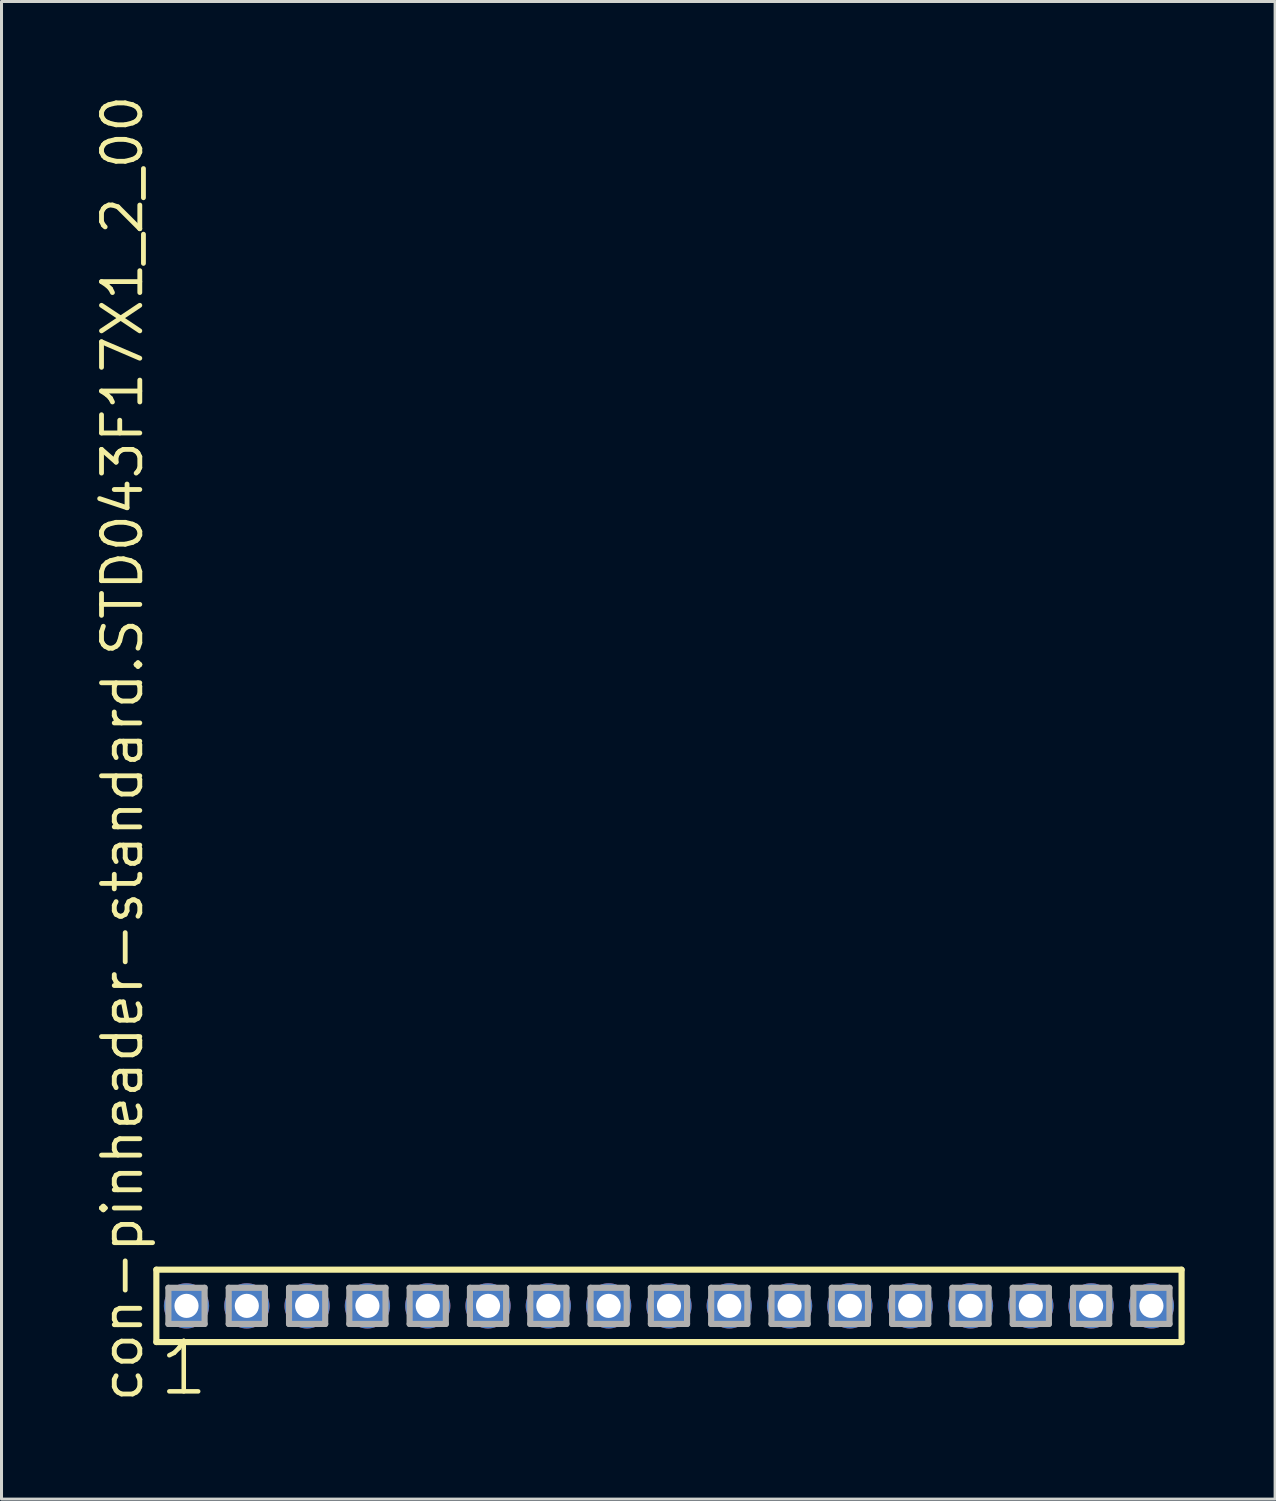
<source format=kicad_pcb>
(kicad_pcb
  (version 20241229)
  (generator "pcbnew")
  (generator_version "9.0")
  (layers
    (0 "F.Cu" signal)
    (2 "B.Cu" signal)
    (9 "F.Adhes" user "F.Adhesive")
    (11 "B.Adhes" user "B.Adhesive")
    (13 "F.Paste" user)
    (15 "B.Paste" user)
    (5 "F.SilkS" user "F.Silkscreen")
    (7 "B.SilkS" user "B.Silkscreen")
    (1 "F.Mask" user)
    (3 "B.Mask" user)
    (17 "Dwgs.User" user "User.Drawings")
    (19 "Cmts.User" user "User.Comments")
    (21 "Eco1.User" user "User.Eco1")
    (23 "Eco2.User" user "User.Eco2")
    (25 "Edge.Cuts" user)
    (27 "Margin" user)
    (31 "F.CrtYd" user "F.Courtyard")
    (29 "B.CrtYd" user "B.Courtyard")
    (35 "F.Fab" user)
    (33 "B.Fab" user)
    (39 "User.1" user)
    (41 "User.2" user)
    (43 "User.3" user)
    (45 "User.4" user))
  (footprint "con-pinheader-standard.STD043F17X1_2_00"
    (layer "F.Cu")
    (at 19.135 40.257)
    (property "Reference" "con-pinheader-standard.STD043F17X1_2_00" (at -17.385 3.27 90) (layer "F.SilkS") (effects (font (size 1.27 1.27) (thickness 0.16)) (justify left bottom)))
    (attr through_hole)
    (fp_line (start -17 -1.2) (end 17 -1.2) (stroke (width 0.203) (type default)) (layer "F.SilkS"))
    (fp_line (start -17 1.2) (end -17 -1.2) (stroke (width 0.203) (type default)) (layer "F.SilkS"))
    (fp_line (start 17 -1.2) (end 17 1.2) (stroke (width 0.203) (type default)) (layer "F.SilkS"))
    (fp_line (start 17 1.2) (end -17 1.2) (stroke (width 0.203) (type default)) (layer "F.SilkS"))
    (fp_line (start -16.6 -0.6) (end -15.4 -0.6) (stroke (width 0.203) (type default)) (layer "F.Fab"))
    (fp_line (start -16.6 0.6) (end -16.6 -0.6) (stroke (width 0.203) (type default)) (layer "F.Fab"))
    (fp_line (start -15.4 -0.6) (end -15.4 0.6) (stroke (width 0.203) (type default)) (layer "F.Fab"))
    (fp_line (start -15.4 0.6) (end -16.6 0.6) (stroke (width 0.203) (type default)) (layer "F.Fab"))
    (fp_line (start -14.6 -0.6) (end -13.4 -0.6) (stroke (width 0.203) (type default)) (layer "F.Fab"))
    (fp_line (start -14.6 0.6) (end -14.6 -0.6) (stroke (width 0.203) (type default)) (layer "F.Fab"))
    (fp_line (start -13.4 -0.6) (end -13.4 0.6) (stroke (width 0.203) (type default)) (layer "F.Fab"))
    (fp_line (start -13.4 0.6) (end -14.6 0.6) (stroke (width 0.203) (type default)) (layer "F.Fab"))
    (fp_line (start -12.6 -0.6) (end -11.4 -0.6) (stroke (width 0.203) (type default)) (layer "F.Fab"))
    (fp_line (start -12.6 0.6) (end -12.6 -0.6) (stroke (width 0.203) (type default)) (layer "F.Fab"))
    (fp_line (start -11.4 -0.6) (end -11.4 0.6) (stroke (width 0.203) (type default)) (layer "F.Fab"))
    (fp_line (start -11.4 0.6) (end -12.6 0.6) (stroke (width 0.203) (type default)) (layer "F.Fab"))
    (fp_line (start -10.6 -0.6) (end -9.4 -0.6) (stroke (width 0.203) (type default)) (layer "F.Fab"))
    (fp_line (start -10.6 0.6) (end -10.6 -0.6) (stroke (width 0.203) (type default)) (layer "F.Fab"))
    (fp_line (start -9.4 -0.6) (end -9.4 0.6) (stroke (width 0.203) (type default)) (layer "F.Fab"))
    (fp_line (start -9.4 0.6) (end -10.6 0.6) (stroke (width 0.203) (type default)) (layer "F.Fab"))
    (fp_line (start -8.6 -0.6) (end -7.4 -0.6) (stroke (width 0.203) (type default)) (layer "F.Fab"))
    (fp_line (start -8.6 0.6) (end -8.6 -0.6) (stroke (width 0.203) (type default)) (layer "F.Fab"))
    (fp_line (start -7.4 -0.6) (end -7.4 0.6) (stroke (width 0.203) (type default)) (layer "F.Fab"))
    (fp_line (start -7.4 0.6) (end -8.6 0.6) (stroke (width 0.203) (type default)) (layer "F.Fab"))
    (fp_line (start -6.6 -0.6) (end -5.4 -0.6) (stroke (width 0.203) (type default)) (layer "F.Fab"))
    (fp_line (start -6.6 0.6) (end -6.6 -0.6) (stroke (width 0.203) (type default)) (layer "F.Fab"))
    (fp_line (start -5.4 -0.6) (end -5.4 0.6) (stroke (width 0.203) (type default)) (layer "F.Fab"))
    (fp_line (start -5.4 0.6) (end -6.6 0.6) (stroke (width 0.203) (type default)) (layer "F.Fab"))
    (fp_line (start -4.6 -0.6) (end -3.4 -0.6) (stroke (width 0.203) (type default)) (layer "F.Fab"))
    (fp_line (start -4.6 0.6) (end -4.6 -0.6) (stroke (width 0.203) (type default)) (layer "F.Fab"))
    (fp_line (start -3.4 -0.6) (end -3.4 0.6) (stroke (width 0.203) (type default)) (layer "F.Fab"))
    (fp_line (start -3.4 0.6) (end -4.6 0.6) (stroke (width 0.203) (type default)) (layer "F.Fab"))
    (fp_line (start -2.6 -0.6) (end -1.4 -0.6) (stroke (width 0.203) (type default)) (layer "F.Fab"))
    (fp_line (start -2.6 0.6) (end -2.6 -0.6) (stroke (width 0.203) (type default)) (layer "F.Fab"))
    (fp_line (start -1.4 -0.6) (end -1.4 0.6) (stroke (width 0.203) (type default)) (layer "F.Fab"))
    (fp_line (start -1.4 0.6) (end -2.6 0.6) (stroke (width 0.203) (type default)) (layer "F.Fab"))
    (fp_line (start -0.6 -0.6) (end 0.6 -0.6) (stroke (width 0.203) (type default)) (layer "F.Fab"))
    (fp_line (start -0.6 0.6) (end -0.6 -0.6) (stroke (width 0.203) (type default)) (layer "F.Fab"))
    (fp_line (start 0.6 -0.6) (end 0.6 0.6) (stroke (width 0.203) (type default)) (layer "F.Fab"))
    (fp_line (start 0.6 0.6) (end -0.6 0.6) (stroke (width 0.203) (type default)) (layer "F.Fab"))
    (fp_line (start 1.4 -0.6) (end 2.6 -0.6) (stroke (width 0.203) (type default)) (layer "F.Fab"))
    (fp_line (start 1.4 0.6) (end 1.4 -0.6) (stroke (width 0.203) (type default)) (layer "F.Fab"))
    (fp_line (start 2.6 -0.6) (end 2.6 0.6) (stroke (width 0.203) (type default)) (layer "F.Fab"))
    (fp_line (start 2.6 0.6) (end 1.4 0.6) (stroke (width 0.203) (type default)) (layer "F.Fab"))
    (fp_line (start 3.4 -0.6) (end 4.6 -0.6) (stroke (width 0.203) (type default)) (layer "F.Fab"))
    (fp_line (start 3.4 0.6) (end 3.4 -0.6) (stroke (width 0.203) (type default)) (layer "F.Fab"))
    (fp_line (start 4.6 -0.6) (end 4.6 0.6) (stroke (width 0.203) (type default)) (layer "F.Fab"))
    (fp_line (start 4.6 0.6) (end 3.4 0.6) (stroke (width 0.203) (type default)) (layer "F.Fab"))
    (fp_line (start 5.4 -0.6) (end 6.6 -0.6) (stroke (width 0.203) (type default)) (layer "F.Fab"))
    (fp_line (start 5.4 0.6) (end 5.4 -0.6) (stroke (width 0.203) (type default)) (layer "F.Fab"))
    (fp_line (start 6.6 -0.6) (end 6.6 0.6) (stroke (width 0.203) (type default)) (layer "F.Fab"))
    (fp_line (start 6.6 0.6) (end 5.4 0.6) (stroke (width 0.203) (type default)) (layer "F.Fab"))
    (fp_line (start 7.4 -0.6) (end 8.6 -0.6) (stroke (width 0.203) (type default)) (layer "F.Fab"))
    (fp_line (start 7.4 0.6) (end 7.4 -0.6) (stroke (width 0.203) (type default)) (layer "F.Fab"))
    (fp_line (start 8.6 -0.6) (end 8.6 0.6) (stroke (width 0.203) (type default)) (layer "F.Fab"))
    (fp_line (start 8.6 0.6) (end 7.4 0.6) (stroke (width 0.203) (type default)) (layer "F.Fab"))
    (fp_line (start 9.4 -0.6) (end 10.6 -0.6) (stroke (width 0.203) (type default)) (layer "F.Fab"))
    (fp_line (start 9.4 0.6) (end 9.4 -0.6) (stroke (width 0.203) (type default)) (layer "F.Fab"))
    (fp_line (start 10.6 -0.6) (end 10.6 0.6) (stroke (width 0.203) (type default)) (layer "F.Fab"))
    (fp_line (start 10.6 0.6) (end 9.4 0.6) (stroke (width 0.203) (type default)) (layer "F.Fab"))
    (fp_line (start 11.4 -0.6) (end 12.6 -0.6) (stroke (width 0.203) (type default)) (layer "F.Fab"))
    (fp_line (start 11.4 0.6) (end 11.4 -0.6) (stroke (width 0.203) (type default)) (layer "F.Fab"))
    (fp_line (start 12.6 -0.6) (end 12.6 0.6) (stroke (width 0.203) (type default)) (layer "F.Fab"))
    (fp_line (start 12.6 0.6) (end 11.4 0.6) (stroke (width 0.203) (type default)) (layer "F.Fab"))
    (fp_line (start 13.4 -0.6) (end 14.6 -0.6) (stroke (width 0.203) (type default)) (layer "F.Fab"))
    (fp_line (start 13.4 0.6) (end 13.4 -0.6) (stroke (width 0.203) (type default)) (layer "F.Fab"))
    (fp_line (start 14.6 -0.6) (end 14.6 0.6) (stroke (width 0.203) (type default)) (layer "F.Fab"))
    (fp_line (start 14.6 0.6) (end 13.4 0.6) (stroke (width 0.203) (type default)) (layer "F.Fab"))
    (fp_line (start 15.4 -0.6) (end 16.6 -0.6) (stroke (width 0.203) (type default)) (layer "F.Fab"))
    (fp_line (start 15.4 0.6) (end 15.4 -0.6) (stroke (width 0.203) (type default)) (layer "F.Fab"))
    (fp_line (start 16.6 -0.6) (end 16.6 0.6) (stroke (width 0.203) (type default)) (layer "F.Fab"))
    (fp_line (start 16.6 0.6) (end 15.4 0.6) (stroke (width 0.203) (type default)) (layer "F.Fab"))
    (fp_text user "1" (at -16.988 3.048 0) (layer "F.SilkS") (effects (font (size 1.676 1.676) (thickness 0.15)) (justify left bottom)))
    (pad "1" thru_hole circle (at -16 0) (size 1.5 1.5) (drill 0.8) (layers "*.Cu" "*.Mask"))
    (pad "2" thru_hole circle (at -14 0) (size 1.5 1.5) (drill 0.8) (layers "*.Cu" "*.Mask"))
    (pad "3" thru_hole circle (at -12 0) (size 1.5 1.5) (drill 0.8) (layers "*.Cu" "*.Mask"))
    (pad "4" thru_hole circle (at -10 0) (size 1.5 1.5) (drill 0.8) (layers "*.Cu" "*.Mask"))
    (pad "5" thru_hole circle (at -8 0) (size 1.5 1.5) (drill 0.8) (layers "*.Cu" "*.Mask"))
    (pad "6" thru_hole circle (at -6 0) (size 1.5 1.5) (drill 0.8) (layers "*.Cu" "*.Mask"))
    (pad "7" thru_hole circle (at -4 0) (size 1.5 1.5) (drill 0.8) (layers "*.Cu" "*.Mask"))
    (pad "8" thru_hole circle (at -2 0) (size 1.5 1.5) (drill 0.8) (layers "*.Cu" "*.Mask"))
    (pad "9" thru_hole circle (at 0 0) (size 1.5 1.5) (drill 0.8) (layers "*.Cu" "*.Mask"))
    (pad "10" thru_hole circle (at 2 0) (size 1.5 1.5) (drill 0.8) (layers "*.Cu" "*.Mask"))
    (pad "11" thru_hole circle (at 4 0) (size 1.5 1.5) (drill 0.8) (layers "*.Cu" "*.Mask"))
    (pad "12" thru_hole circle (at 6 0) (size 1.5 1.5) (drill 0.8) (layers "*.Cu" "*.Mask"))
    (pad "13" thru_hole circle (at 8 0) (size 1.5 1.5) (drill 0.8) (layers "*.Cu" "*.Mask"))
    (pad "14" thru_hole circle (at 10 0) (size 1.5 1.5) (drill 0.8) (layers "*.Cu" "*.Mask"))
    (pad "15" thru_hole circle (at 12 0) (size 1.5 1.5) (drill 0.8) (layers "*.Cu" "*.Mask"))
    (pad "16" thru_hole circle (at 14 0) (size 1.5 1.5) (drill 0.8) (layers "*.Cu" "*.Mask"))
    (pad "17" thru_hole circle (at 16 0) (size 1.5 1.5) (drill 0.8) (layers "*.Cu" "*.Mask")))
  (gr_rect
    (start -3 -3)
    (end 39.237 46.666)
    (stroke (width 0.1) (type default))
    (fill no)
    (layer "Edge.Cuts")))
</source>
